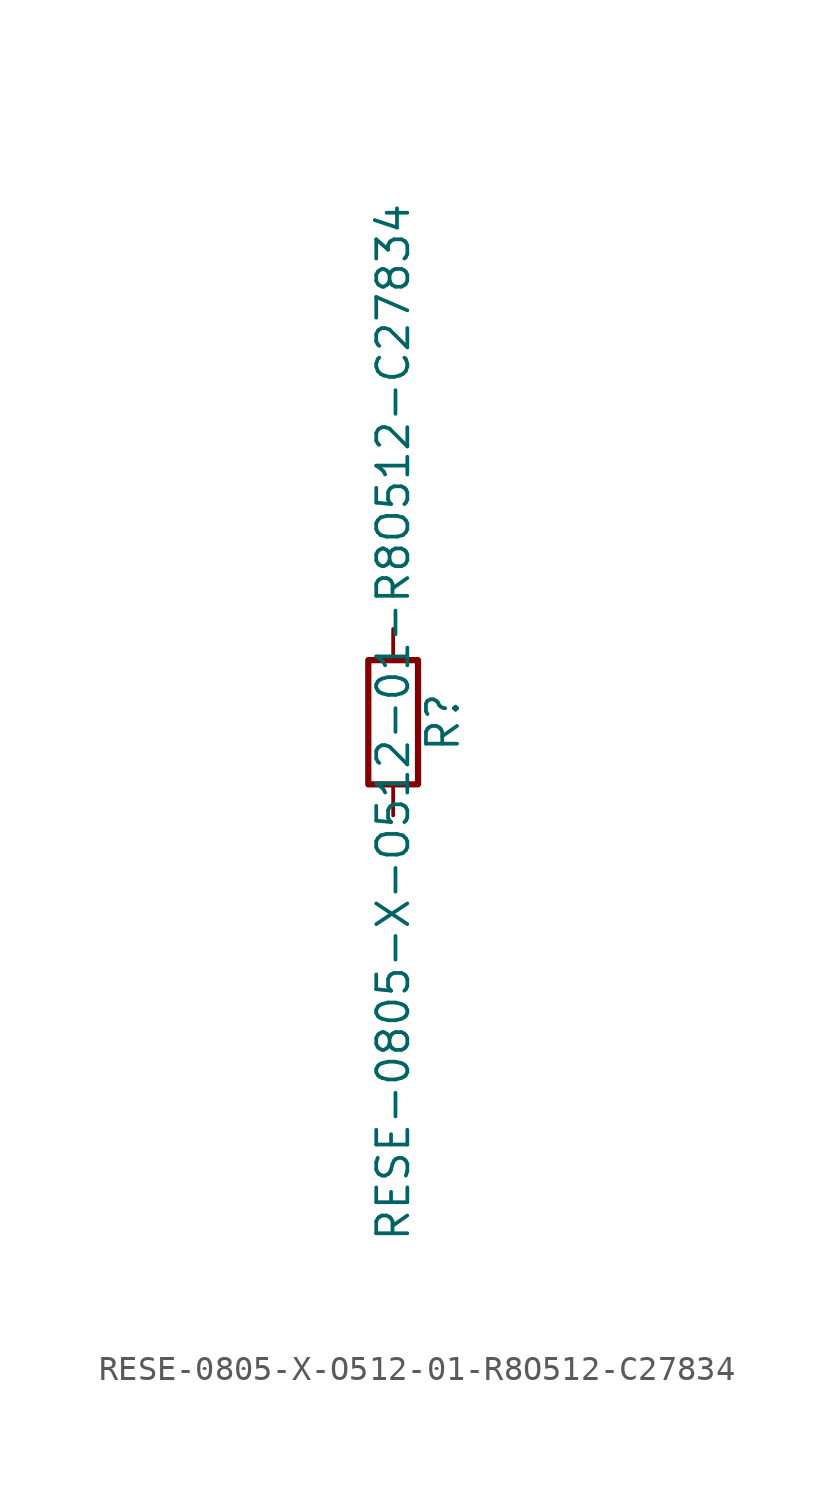
<source format=kicad_sym>
(kicad_symbol_lib
  (version 20211014)
  (generator kicad_symbol_editor)
  (symbol "RESE-0805-X-O512-01-R8O512-C27834"
    (pin_numbers hide)
    (pin_names
      (offset 0))
    (property "Reference" "R"
      (at 2.032 0 90)
      (effects (font (size 1.27 1.27))))
    (property "Value" "RESE-0805-X-O512-01-R8O512-C27834"
      (at 0 0 90)
      (effects (font (size 1.27 1.27))))
    (symbol "RESE-0805-X-O512-01-R8O512-C27834_0_1"
      (rectangle (start -1.016 -2.54) (end 1.016 2.54) (stroke (width 0.254) (type default) (color 0 0 0 0)) (fill (type none))))
    (symbol "RESE-0805-X-O512-01-R8O512-C27834_1_1"
      (pin passive line (at 0 3.81 270) (length 1.27) (name "~" (effects (font (size 1.27 1.27)))) (number "1" (effects (font (size 1.27 1.27)))))
      (pin passive line (at 0 -3.81 90) (length 1.27) (name "~" (effects (font (size 1.27 1.27)))) (number "2" (effects (font (size 1.27 1.27))))))))
</source>
